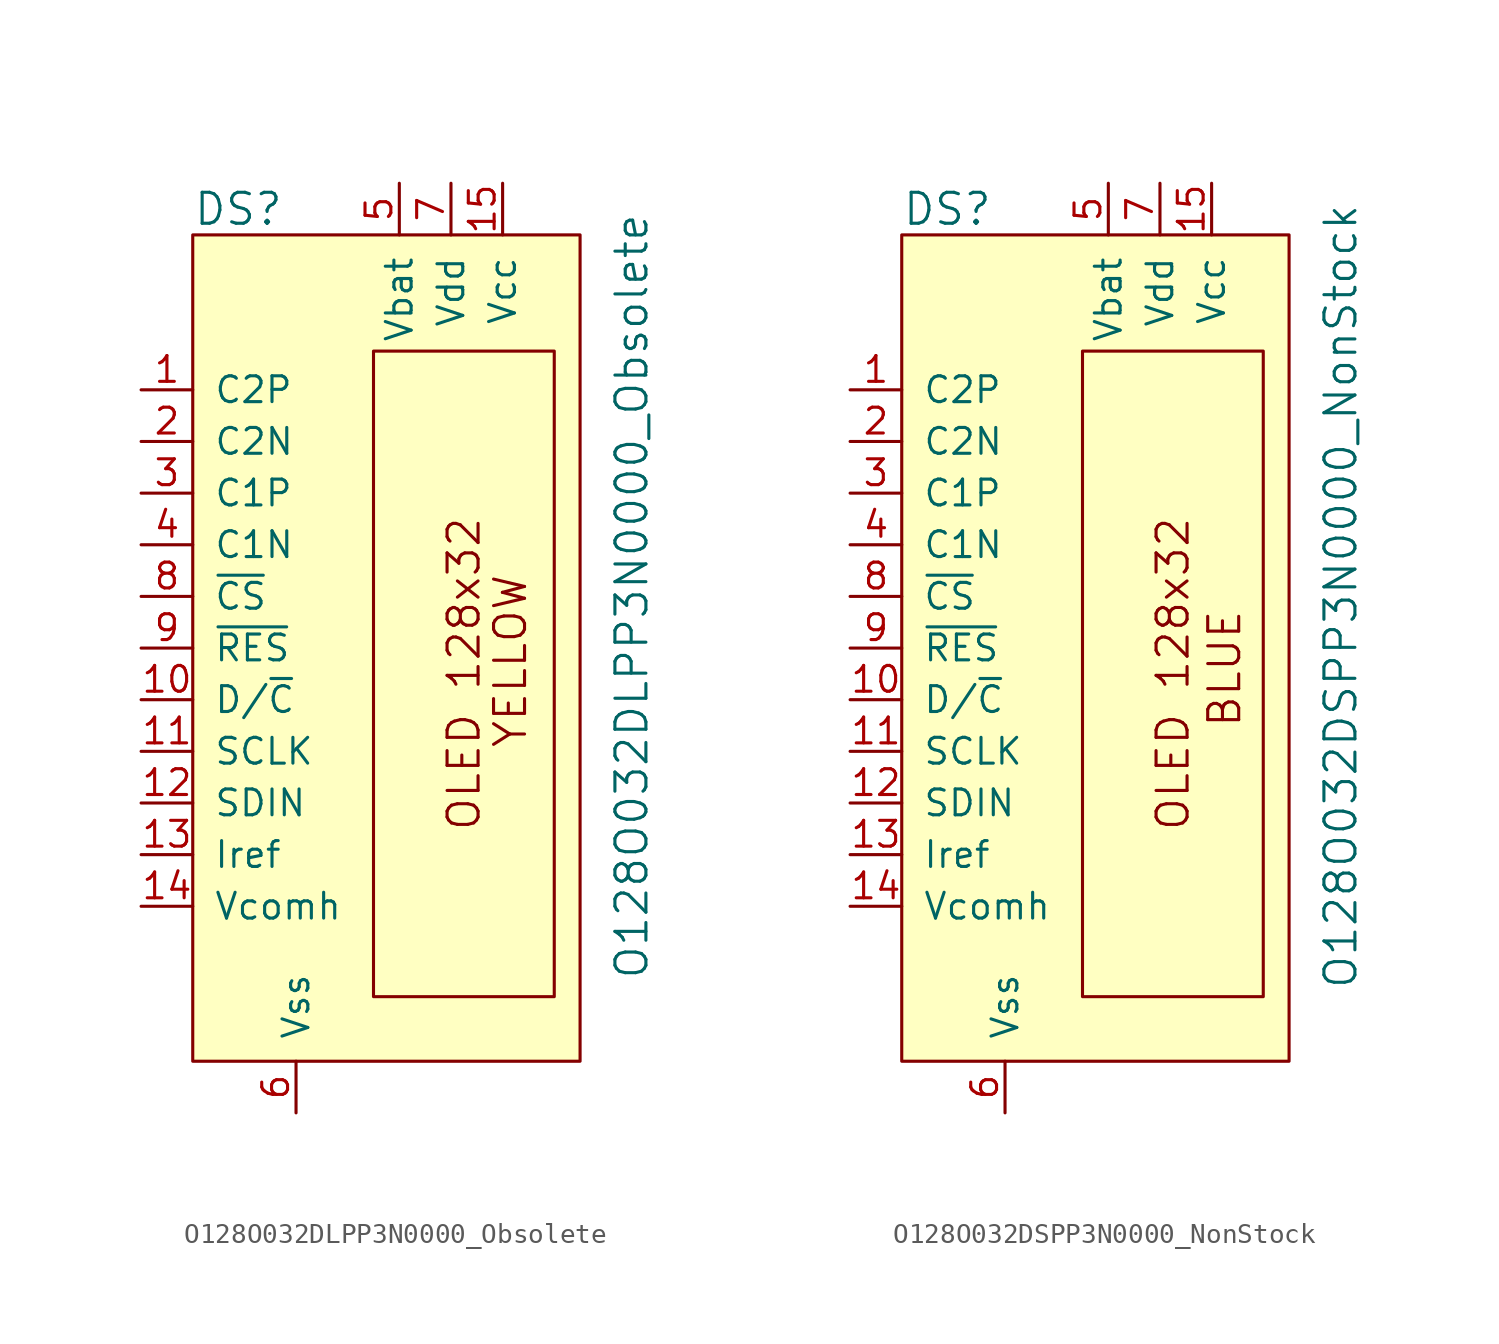
<source format=kicad_sym>
(kicad_symbol_lib
  (version 20220914)
  (generator kicad_symbol_editor)
  (symbol "O128O032DLPP3N0000_Obsolete"
    (pin_names
      (offset 1.016))
    (property "Reference" "DS"
      (at -17.78 19.05 0)
      (effects (font (size 1.524 1.524)) (justify left)))
    (property "Value" "O128O032DLPP3N0000_Obsolete"
      (at 3.81 0 90)
      (effects (font (size 1.524 1.524))))
    (symbol "O128O032DLPP3N0000_Obsolete_0_0"
      (text "OLED 128x32" (at -4.445 -3.81 900) (effects (font (size 1.524 1.524))))
      (text "YELLOW" (at -2.159 -3.175 900) (effects (font (size 1.524 1.524)))))
    (symbol "O128O032DLPP3N0000_Obsolete_0_1"
      (rectangle (start -17.78 -22.86) (end 1.27 17.78) (stroke (width 0) (type solid)) (fill (type background)))
      (rectangle (start -8.89 12.065) (end 0 -19.685) (stroke (width 0) (type solid)) (fill (type none))))
    (symbol "O128O032DLPP3N0000_Obsolete_1_1"
      (pin passive line (at -20.32 10.16 0) (length 2.54) (name "C2P" (effects (font (size 1.27 1.27)))) (number "1" (effects (font (size 1.27 1.27)))))
      (pin input line (at -20.32 -5.08 0) (length 2.54) (name "D/~{C}" (effects (font (size 1.27 1.27)))) (number "10" (effects (font (size 1.27 1.27)))))
      (pin input line (at -20.32 -7.62 0) (length 2.54) (name "SCLK" (effects (font (size 1.27 1.27)))) (number "11" (effects (font (size 1.27 1.27)))))
      (pin input line (at -20.32 -10.16 0) (length 2.54) (name "SDIN" (effects (font (size 1.27 1.27)))) (number "12" (effects (font (size 1.27 1.27)))))
      (pin passive line (at -20.32 -12.7 0) (length 2.54) (name "Iref" (effects (font (size 1.27 1.27)))) (number "13" (effects (font (size 1.27 1.27)))))
      (pin input line (at -20.32 -15.24 0) (length 2.54) (name "Vcomh" (effects (font (size 1.27 1.27)))) (number "14" (effects (font (size 1.27 1.27)))))
      (pin input line (at -2.54 20.32 270) (length 2.54) (name "Vcc" (effects (font (size 1.27 1.27)))) (number "15" (effects (font (size 1.27 1.27)))))
      (pin passive line (at -20.32 7.62 0) (length 2.54) (name "C2N" (effects (font (size 1.27 1.27)))) (number "2" (effects (font (size 1.27 1.27)))))
      (pin passive line (at -20.32 5.08 0) (length 2.54) (name "C1P" (effects (font (size 1.27 1.27)))) (number "3" (effects (font (size 1.27 1.27)))))
      (pin passive line (at -20.32 2.54 0) (length 2.54) (name "C1N" (effects (font (size 1.27 1.27)))) (number "4" (effects (font (size 1.27 1.27)))))
      (pin power_in line (at -7.62 20.32 270) (length 2.54) (name "Vbat" (effects (font (size 1.27 1.27)))) (number "5" (effects (font (size 1.27 1.27)))))
      (pin power_in line (at -12.7 -25.4 90) (length 2.54) (name "Vss" (effects (font (size 1.27 1.27)))) (number "6" (effects (font (size 1.27 1.27)))))
      (pin power_in line (at -5.08 20.32 270) (length 2.54) (name "Vdd" (effects (font (size 1.27 1.27)))) (number "7" (effects (font (size 1.27 1.27)))))
      (pin input line (at -20.32 0 0) (length 2.54) (name "~{CS}" (effects (font (size 1.27 1.27)))) (number "8" (effects (font (size 1.27 1.27)))))
      (pin input line (at -20.32 -2.54 0) (length 2.54) (name "~{RES}" (effects (font (size 1.27 1.27)))) (number "9" (effects (font (size 1.27 1.27)))))))
  (symbol "O128O032DSPP3N0000_NonStock"
    (pin_names
      (offset 1.016))
    (property "Reference" "DS"
      (at -17.78 19.05 0)
      (effects (font (size 1.524 1.524)) (justify left)))
    (property "Value" "O128O032DSPP3N0000_NonStock"
      (at 3.81 0 90)
      (effects (font (size 1.524 1.524))))
    (symbol "O128O032DSPP3N0000_NonStock_0_0"
      (text "BLUE" (at -1.905 -3.556 900) (effects (font (size 1.524 1.524))))
      (text "OLED 128x32" (at -4.445 -3.81 900) (effects (font (size 1.524 1.524)))))
    (symbol "O128O032DSPP3N0000_NonStock_0_1"
      (rectangle (start -17.78 -22.86) (end 1.27 17.78) (stroke (width 0) (type solid)) (fill (type background)))
      (rectangle (start -8.89 12.065) (end 0 -19.685) (stroke (width 0) (type solid)) (fill (type none))))
    (symbol "O128O032DSPP3N0000_NonStock_1_1"
      (pin passive line (at -20.32 10.16 0) (length 2.54) (name "C2P" (effects (font (size 1.27 1.27)))) (number "1" (effects (font (size 1.27 1.27)))))
      (pin input line (at -20.32 -5.08 0) (length 2.54) (name "D/~{C}" (effects (font (size 1.27 1.27)))) (number "10" (effects (font (size 1.27 1.27)))))
      (pin input line (at -20.32 -7.62 0) (length 2.54) (name "SCLK" (effects (font (size 1.27 1.27)))) (number "11" (effects (font (size 1.27 1.27)))))
      (pin input line (at -20.32 -10.16 0) (length 2.54) (name "SDIN" (effects (font (size 1.27 1.27)))) (number "12" (effects (font (size 1.27 1.27)))))
      (pin passive line (at -20.32 -12.7 0) (length 2.54) (name "Iref" (effects (font (size 1.27 1.27)))) (number "13" (effects (font (size 1.27 1.27)))))
      (pin input line (at -20.32 -15.24 0) (length 2.54) (name "Vcomh" (effects (font (size 1.27 1.27)))) (number "14" (effects (font (size 1.27 1.27)))))
      (pin input line (at -2.54 20.32 270) (length 2.54) (name "Vcc" (effects (font (size 1.27 1.27)))) (number "15" (effects (font (size 1.27 1.27)))))
      (pin passive line (at -20.32 7.62 0) (length 2.54) (name "C2N" (effects (font (size 1.27 1.27)))) (number "2" (effects (font (size 1.27 1.27)))))
      (pin passive line (at -20.32 5.08 0) (length 2.54) (name "C1P" (effects (font (size 1.27 1.27)))) (number "3" (effects (font (size 1.27 1.27)))))
      (pin passive line (at -20.32 2.54 0) (length 2.54) (name "C1N" (effects (font (size 1.27 1.27)))) (number "4" (effects (font (size 1.27 1.27)))))
      (pin power_in line (at -7.62 20.32 270) (length 2.54) (name "Vbat" (effects (font (size 1.27 1.27)))) (number "5" (effects (font (size 1.27 1.27)))))
      (pin power_in line (at -12.7 -25.4 90) (length 2.54) (name "Vss" (effects (font (size 1.27 1.27)))) (number "6" (effects (font (size 1.27 1.27)))))
      (pin power_in line (at -5.08 20.32 270) (length 2.54) (name "Vdd" (effects (font (size 1.27 1.27)))) (number "7" (effects (font (size 1.27 1.27)))))
      (pin input line (at -20.32 0 0) (length 2.54) (name "~{CS}" (effects (font (size 1.27 1.27)))) (number "8" (effects (font (size 1.27 1.27)))))
      (pin input line (at -20.32 -2.54 0) (length 2.54) (name "~{RES}" (effects (font (size 1.27 1.27)))) (number "9" (effects (font (size 1.27 1.27))))))))
</source>
